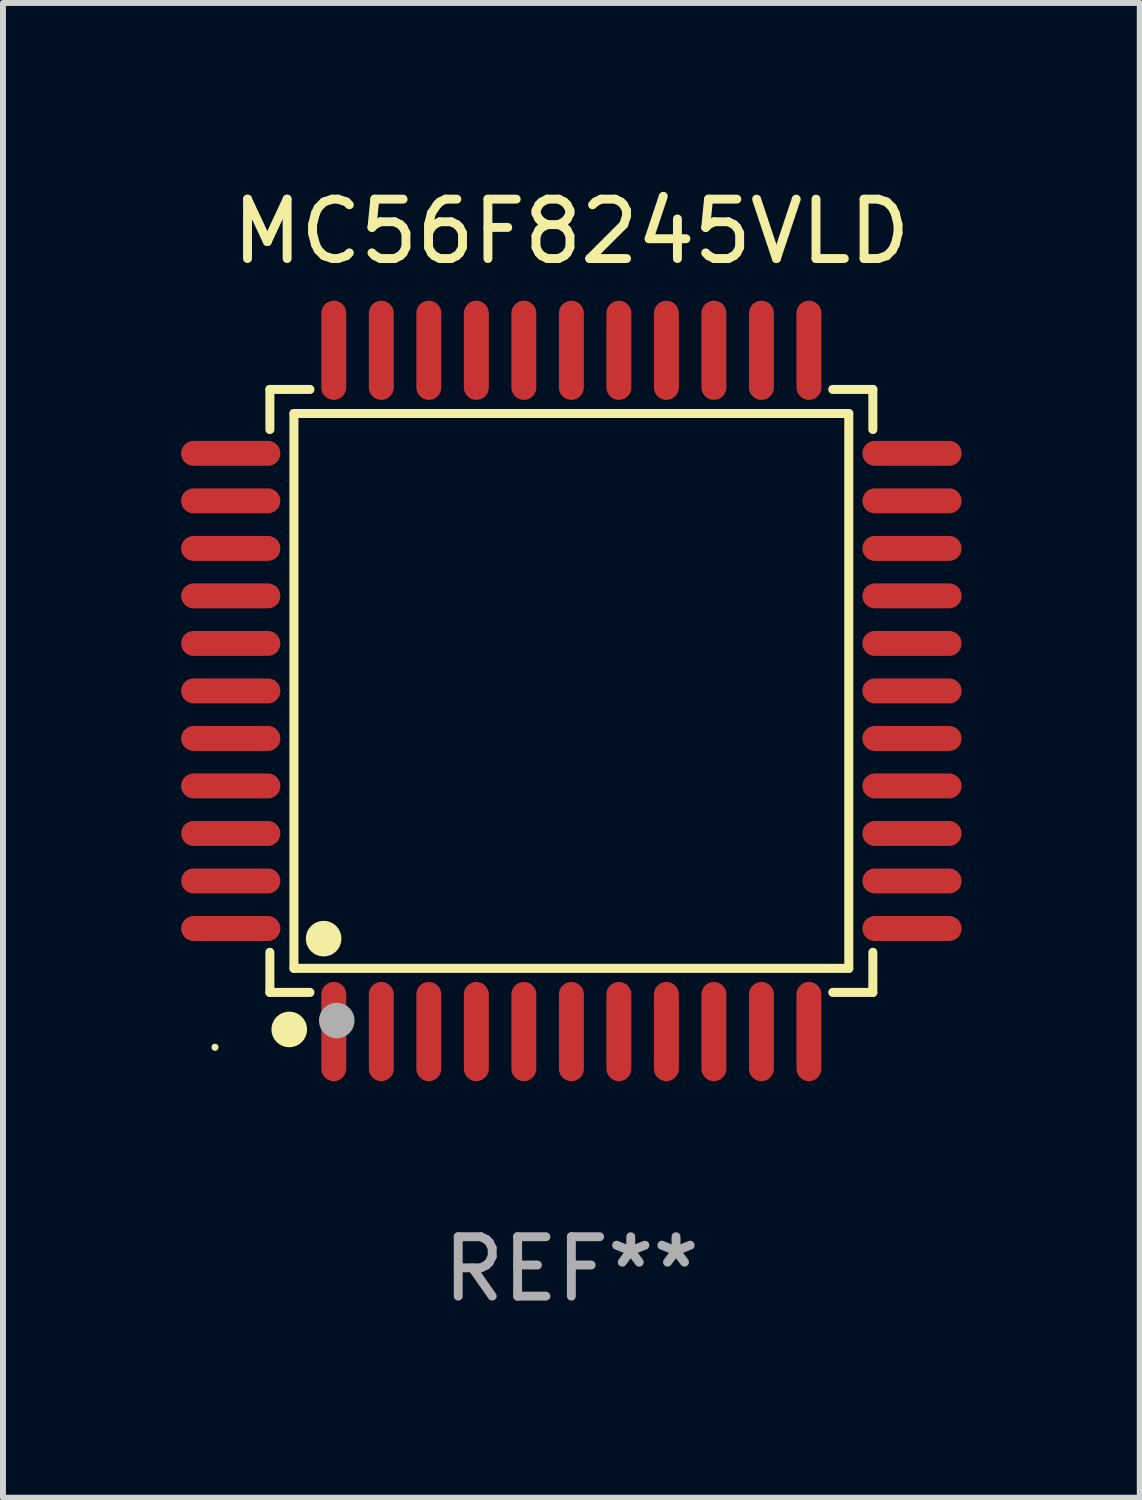
<source format=kicad_pcb>
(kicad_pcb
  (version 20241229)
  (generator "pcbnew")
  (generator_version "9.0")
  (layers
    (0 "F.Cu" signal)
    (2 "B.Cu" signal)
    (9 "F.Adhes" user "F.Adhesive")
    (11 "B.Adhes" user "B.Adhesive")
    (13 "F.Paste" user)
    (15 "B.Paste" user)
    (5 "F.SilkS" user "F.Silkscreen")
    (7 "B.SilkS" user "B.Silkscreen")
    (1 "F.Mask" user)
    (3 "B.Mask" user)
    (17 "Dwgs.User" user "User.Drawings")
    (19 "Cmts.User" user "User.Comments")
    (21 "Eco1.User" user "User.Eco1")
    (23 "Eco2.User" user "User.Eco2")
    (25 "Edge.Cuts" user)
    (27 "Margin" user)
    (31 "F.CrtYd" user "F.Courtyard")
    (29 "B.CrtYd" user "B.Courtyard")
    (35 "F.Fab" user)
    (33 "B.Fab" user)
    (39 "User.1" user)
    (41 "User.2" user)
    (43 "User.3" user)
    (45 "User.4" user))
  (footprint "MC56F8245VLD"
    (layer "F.Cu")
    (at 6.57 8.583)
    (property "Reference" "MC56F8245VLD" (at 0 -7.735 0) (layer "F.SilkS") (effects (font (size 1 1) (thickness 0.15))))
    (attr through_hole)
    (fp_line (start -5.076 -5.076) (end -4.401 -5.076) (stroke (width 0.152) (type solid)) (layer "F.SilkS"))
    (fp_line (start -5.076 -4.401) (end -5.076 -5.076) (stroke (width 0.152) (type solid)) (layer "F.SilkS"))
    (fp_line (start -5.076 4.401) (end -5.076 5.076) (stroke (width 0.152) (type solid)) (layer "F.SilkS"))
    (fp_line (start -5.076 5.076) (end -4.401 5.076) (stroke (width 0.152) (type solid)) (layer "F.SilkS"))
    (fp_line (start -4.671 -4.671) (end 4.671 -4.671) (stroke (width 0.152) (type solid)) (layer "F.SilkS"))
    (fp_line (start -4.671 4.671) (end -4.671 -4.671) (stroke (width 0.152) (type solid)) (layer "F.SilkS"))
    (fp_line (start 4.671 -4.671) (end 4.671 4.671) (stroke (width 0.152) (type solid)) (layer "F.SilkS"))
    (fp_line (start 4.671 4.671) (end -4.671 4.671) (stroke (width 0.152) (type solid)) (layer "F.SilkS"))
    (fp_line (start 5.076 -5.076) (end 4.401 -5.076) (stroke (width 0.152) (type solid)) (layer "F.SilkS"))
    (fp_line (start 5.076 -4.401) (end 5.076 -5.076) (stroke (width 0.152) (type solid)) (layer "F.SilkS"))
    (fp_line (start 5.076 4.401) (end 5.076 5.076) (stroke (width 0.152) (type solid)) (layer "F.SilkS"))
    (fp_line (start 5.076 5.076) (end 4.401 5.076) (stroke (width 0.152) (type solid)) (layer "F.SilkS"))
    (fp_circle (center -6 6) (end -5.97 6) (stroke (width 0.06) (type solid)) (fill no) (layer "F.SilkS"))
    (fp_circle (center -4.75 5.7) (end -4.6 5.7) (stroke (width 0.3) (type solid)) (fill no) (layer "F.SilkS"))
    (fp_circle (center -4.171 4.171) (end -4.021 4.171) (stroke (width 0.3) (type solid)) (fill no) (layer "F.SilkS"))
    (fp_circle (center -3.95 5.55) (end -3.8 5.55) (stroke (width 0.3) (type solid)) (fill no) (layer "F.Fab"))
    (fp_text user "REF**" (at 0 9.735 0) (layer "F.Fab") (effects (font (size 1 1) (thickness 0.15))))
    (pad "1" smd oval (at -4 5.735) (size 0.42 1.67) (layers "F.Cu" "F.Mask" "F.Paste"))
    (pad "2" smd oval (at -3.2 5.735) (size 0.42 1.67) (layers "F.Cu" "F.Mask" "F.Paste"))
    (pad "3" smd oval (at -2.4 5.735) (size 0.42 1.67) (layers "F.Cu" "F.Mask" "F.Paste"))
    (pad "4" smd oval (at -1.6 5.735) (size 0.42 1.67) (layers "F.Cu" "F.Mask" "F.Paste"))
    (pad "5" smd oval (at -0.8 5.735) (size 0.42 1.67) (layers "F.Cu" "F.Mask" "F.Paste"))
    (pad "6" smd oval (at 0 5.735) (size 0.42 1.67) (layers "F.Cu" "F.Mask" "F.Paste"))
    (pad "7" smd oval (at 0.8 5.735) (size 0.42 1.67) (layers "F.Cu" "F.Mask" "F.Paste"))
    (pad "8" smd oval (at 1.6 5.735) (size 0.42 1.67) (layers "F.Cu" "F.Mask" "F.Paste"))
    (pad "9" smd oval (at 2.4 5.735) (size 0.42 1.67) (layers "F.Cu" "F.Mask" "F.Paste"))
    (pad "10" smd oval (at 3.2 5.735) (size 0.42 1.67) (layers "F.Cu" "F.Mask" "F.Paste"))
    (pad "11" smd oval (at 4 5.735) (size 0.42 1.67) (layers "F.Cu" "F.Mask" "F.Paste"))
    (pad "12" smd oval (at 5.735 4) (size 1.67 0.42) (layers "F.Cu" "F.Mask" "F.Paste"))
    (pad "13" smd oval (at 5.735 3.2) (size 1.67 0.42) (layers "F.Cu" "F.Mask" "F.Paste"))
    (pad "14" smd oval (at 5.735 2.4) (size 1.67 0.42) (layers "F.Cu" "F.Mask" "F.Paste"))
    (pad "15" smd oval (at 5.735 1.6) (size 1.67 0.42) (layers "F.Cu" "F.Mask" "F.Paste"))
    (pad "16" smd oval (at 5.735 0.8) (size 1.67 0.42) (layers "F.Cu" "F.Mask" "F.Paste"))
    (pad "17" smd oval (at 5.735 0) (size 1.67 0.42) (layers "F.Cu" "F.Mask" "F.Paste"))
    (pad "18" smd oval (at 5.735 -0.8) (size 1.67 0.42) (layers "F.Cu" "F.Mask" "F.Paste"))
    (pad "19" smd oval (at 5.735 -1.6) (size 1.67 0.42) (layers "F.Cu" "F.Mask" "F.Paste"))
    (pad "20" smd oval (at 5.735 -2.4) (size 1.67 0.42) (layers "F.Cu" "F.Mask" "F.Paste"))
    (pad "21" smd oval (at 5.735 -3.2) (size 1.67 0.42) (layers "F.Cu" "F.Mask" "F.Paste"))
    (pad "22" smd oval (at 5.735 -4) (size 1.67 0.42) (layers "F.Cu" "F.Mask" "F.Paste"))
    (pad "23" smd oval (at 4 -5.735) (size 0.42 1.67) (layers "F.Cu" "F.Mask" "F.Paste"))
    (pad "24" smd oval (at 3.2 -5.735) (size 0.42 1.67) (layers "F.Cu" "F.Mask" "F.Paste"))
    (pad "25" smd oval (at 2.4 -5.735) (size 0.42 1.67) (layers "F.Cu" "F.Mask" "F.Paste"))
    (pad "26" smd oval (at 1.6 -5.735) (size 0.42 1.67) (layers "F.Cu" "F.Mask" "F.Paste"))
    (pad "27" smd oval (at 0.8 -5.735) (size 0.42 1.67) (layers "F.Cu" "F.Mask" "F.Paste"))
    (pad "28" smd oval (at 0 -5.735) (size 0.42 1.67) (layers "F.Cu" "F.Mask" "F.Paste"))
    (pad "29" smd oval (at -0.8 -5.735) (size 0.42 1.67) (layers "F.Cu" "F.Mask" "F.Paste"))
    (pad "30" smd oval (at -1.6 -5.735) (size 0.42 1.67) (layers "F.Cu" "F.Mask" "F.Paste"))
    (pad "31" smd oval (at -2.4 -5.735) (size 0.42 1.67) (layers "F.Cu" "F.Mask" "F.Paste"))
    (pad "32" smd oval (at -3.2 -5.735) (size 0.42 1.67) (layers "F.Cu" "F.Mask" "F.Paste"))
    (pad "33" smd oval (at -4 -5.735) (size 0.42 1.67) (layers "F.Cu" "F.Mask" "F.Paste"))
    (pad "34" smd oval (at -5.735 -4) (size 1.67 0.42) (layers "F.Cu" "F.Mask" "F.Paste"))
    (pad "35" smd oval (at -5.735 -3.2) (size 1.67 0.42) (layers "F.Cu" "F.Mask" "F.Paste"))
    (pad "36" smd oval (at -5.735 -2.4) (size 1.67 0.42) (layers "F.Cu" "F.Mask" "F.Paste"))
    (pad "37" smd oval (at -5.735 -1.6) (size 1.67 0.42) (layers "F.Cu" "F.Mask" "F.Paste"))
    (pad "38" smd oval (at -5.735 -0.8) (size 1.67 0.42) (layers "F.Cu" "F.Mask" "F.Paste"))
    (pad "39" smd oval (at -5.735 0) (size 1.67 0.42) (layers "F.Cu" "F.Mask" "F.Paste"))
    (pad "40" smd oval (at -5.735 0.8) (size 1.67 0.42) (layers "F.Cu" "F.Mask" "F.Paste"))
    (pad "41" smd oval (at -5.735 1.6) (size 1.67 0.42) (layers "F.Cu" "F.Mask" "F.Paste"))
    (pad "42" smd oval (at -5.735 2.4) (size 1.67 0.42) (layers "F.Cu" "F.Mask" "F.Paste"))
    (pad "43" smd oval (at -5.735 3.2) (size 1.67 0.42) (layers "F.Cu" "F.Mask" "F.Paste"))
    (pad "44" smd oval (at -5.735 4) (size 1.67 0.42) (layers "F.Cu" "F.Mask" "F.Paste")))
  (gr_rect
    (start -3 -3)
    (end 16.14 22.167)
    (stroke (width 0.1) (type default))
    (fill no)
    (layer "Edge.Cuts")))
</source>
